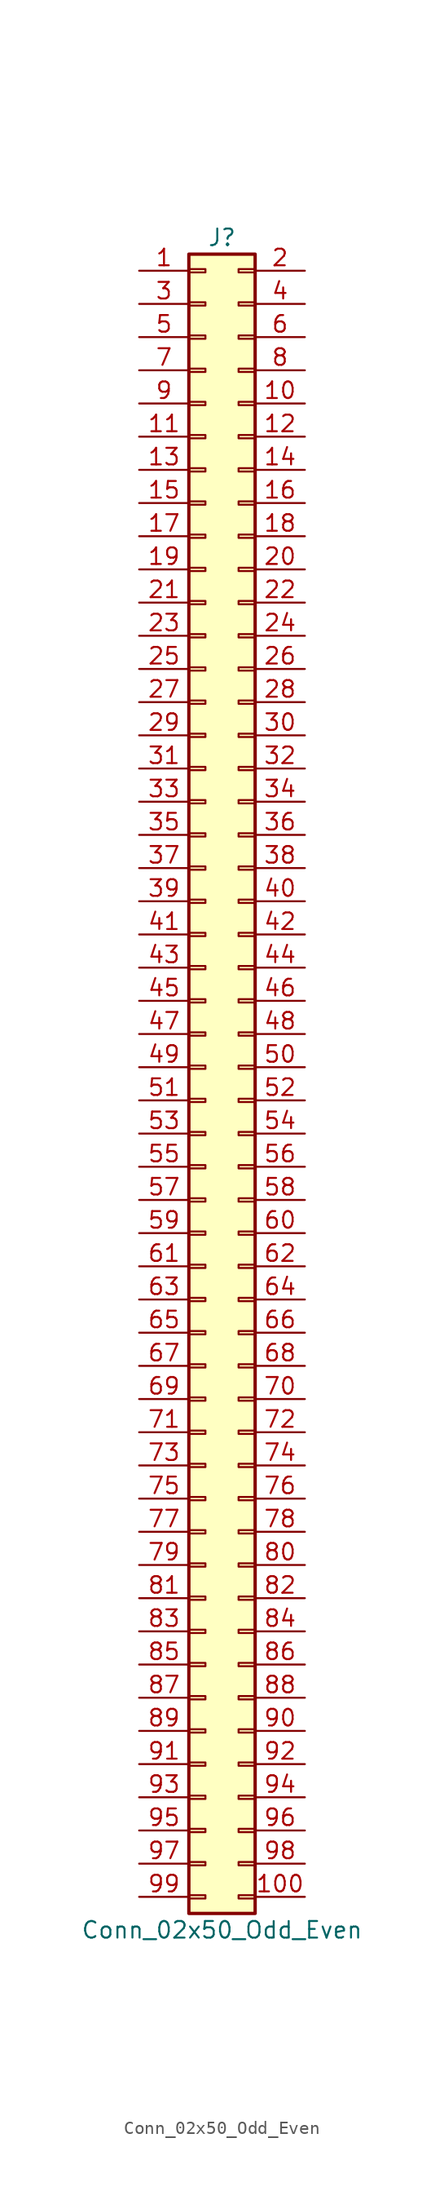
<source format=kicad_sym>
(kicad_symbol_lib
  (version 20241209)
  (generator "kicad_symbol_editor")
  (generator_version "9.0")
  (symbol "Conn_02x50_Odd_Even"
    (pin_names
      (offset 1.016)
      (hide yes))
    (property "Reference" "J"
      (at 1.27 63.5 0)
      (effects (font (size 1.27 1.27))))
    (property "Value" "Conn_02x50_Odd_Even"
      (at 1.27 -66.04 0)
      (effects (font (size 1.27 1.27))))
    (property "ki_locked" ""
      (at 0 0 0)
      (effects (font (size 1.27 1.27))))
    (symbol "Conn_02x50_Odd_Even_1_1"
      (rectangle (start -1.27 62.23) (end 3.81 -64.77) (stroke (width 0.254) (type default)) (fill (type background)))
      (rectangle (start -1.27 61.087) (end 0 60.833) (stroke (width 0.152) (type default)) (fill (type none)))
      (rectangle (start -1.27 58.547) (end 0 58.293) (stroke (width 0.152) (type default)) (fill (type none)))
      (rectangle (start -1.27 56.007) (end 0 55.753) (stroke (width 0.152) (type default)) (fill (type none)))
      (rectangle (start -1.27 53.467) (end 0 53.213) (stroke (width 0.152) (type default)) (fill (type none)))
      (rectangle (start -1.27 50.927) (end 0 50.673) (stroke (width 0.152) (type default)) (fill (type none)))
      (rectangle (start -1.27 48.387) (end 0 48.133) (stroke (width 0.152) (type default)) (fill (type none)))
      (rectangle (start -1.27 45.847) (end 0 45.593) (stroke (width 0.152) (type default)) (fill (type none)))
      (rectangle (start -1.27 43.307) (end 0 43.053) (stroke (width 0.152) (type default)) (fill (type none)))
      (rectangle (start -1.27 40.767) (end 0 40.513) (stroke (width 0.152) (type default)) (fill (type none)))
      (rectangle (start -1.27 38.227) (end 0 37.973) (stroke (width 0.152) (type default)) (fill (type none)))
      (rectangle (start -1.27 35.687) (end 0 35.433) (stroke (width 0.152) (type default)) (fill (type none)))
      (rectangle (start -1.27 33.147) (end 0 32.893) (stroke (width 0.152) (type default)) (fill (type none)))
      (rectangle (start -1.27 30.607) (end 0 30.353) (stroke (width 0.152) (type default)) (fill (type none)))
      (rectangle (start -1.27 28.067) (end 0 27.813) (stroke (width 0.152) (type default)) (fill (type none)))
      (rectangle (start -1.27 25.527) (end 0 25.273) (stroke (width 0.152) (type default)) (fill (type none)))
      (rectangle (start -1.27 22.987) (end 0 22.733) (stroke (width 0.152) (type default)) (fill (type none)))
      (rectangle (start -1.27 20.447) (end 0 20.193) (stroke (width 0.152) (type default)) (fill (type none)))
      (rectangle (start -1.27 17.907) (end 0 17.653) (stroke (width 0.152) (type default)) (fill (type none)))
      (rectangle (start -1.27 15.367) (end 0 15.113) (stroke (width 0.152) (type default)) (fill (type none)))
      (rectangle (start -1.27 12.827) (end 0 12.573) (stroke (width 0.152) (type default)) (fill (type none)))
      (rectangle (start -1.27 10.287) (end 0 10.033) (stroke (width 0.152) (type default)) (fill (type none)))
      (rectangle (start -1.27 7.747) (end 0 7.493) (stroke (width 0.152) (type default)) (fill (type none)))
      (rectangle (start -1.27 5.207) (end 0 4.953) (stroke (width 0.152) (type default)) (fill (type none)))
      (rectangle (start -1.27 2.667) (end 0 2.413) (stroke (width 0.152) (type default)) (fill (type none)))
      (rectangle (start -1.27 0.127) (end 0 -0.127) (stroke (width 0.152) (type default)) (fill (type none)))
      (rectangle (start -1.27 -2.413) (end 0 -2.667) (stroke (width 0.152) (type default)) (fill (type none)))
      (rectangle (start -1.27 -4.953) (end 0 -5.207) (stroke (width 0.152) (type default)) (fill (type none)))
      (rectangle (start -1.27 -7.493) (end 0 -7.747) (stroke (width 0.152) (type default)) (fill (type none)))
      (rectangle (start -1.27 -10.033) (end 0 -10.287) (stroke (width 0.152) (type default)) (fill (type none)))
      (rectangle (start -1.27 -12.573) (end 0 -12.827) (stroke (width 0.152) (type default)) (fill (type none)))
      (rectangle (start -1.27 -15.113) (end 0 -15.367) (stroke (width 0.152) (type default)) (fill (type none)))
      (rectangle (start -1.27 -17.653) (end 0 -17.907) (stroke (width 0.152) (type default)) (fill (type none)))
      (rectangle (start -1.27 -20.193) (end 0 -20.447) (stroke (width 0.152) (type default)) (fill (type none)))
      (rectangle (start -1.27 -22.733) (end 0 -22.987) (stroke (width 0.152) (type default)) (fill (type none)))
      (rectangle (start -1.27 -25.273) (end 0 -25.527) (stroke (width 0.152) (type default)) (fill (type none)))
      (rectangle (start -1.27 -27.813) (end 0 -28.067) (stroke (width 0.152) (type default)) (fill (type none)))
      (rectangle (start -1.27 -30.353) (end 0 -30.607) (stroke (width 0.152) (type default)) (fill (type none)))
      (rectangle (start -1.27 -32.893) (end 0 -33.147) (stroke (width 0.152) (type default)) (fill (type none)))
      (rectangle (start -1.27 -35.433) (end 0 -35.687) (stroke (width 0.152) (type default)) (fill (type none)))
      (rectangle (start -1.27 -37.973) (end 0 -38.227) (stroke (width 0.152) (type default)) (fill (type none)))
      (rectangle (start -1.27 -40.513) (end 0 -40.767) (stroke (width 0.152) (type default)) (fill (type none)))
      (rectangle (start -1.27 -43.053) (end 0 -43.307) (stroke (width 0.152) (type default)) (fill (type none)))
      (rectangle (start -1.27 -45.593) (end 0 -45.847) (stroke (width 0.152) (type default)) (fill (type none)))
      (rectangle (start -1.27 -48.133) (end 0 -48.387) (stroke (width 0.152) (type default)) (fill (type none)))
      (rectangle (start -1.27 -50.673) (end 0 -50.927) (stroke (width 0.152) (type default)) (fill (type none)))
      (rectangle (start -1.27 -53.213) (end 0 -53.467) (stroke (width 0.152) (type default)) (fill (type none)))
      (rectangle (start -1.27 -55.753) (end 0 -56.007) (stroke (width 0.152) (type default)) (fill (type none)))
      (rectangle (start -1.27 -58.293) (end 0 -58.547) (stroke (width 0.152) (type default)) (fill (type none)))
      (rectangle (start -1.27 -60.833) (end 0 -61.087) (stroke (width 0.152) (type default)) (fill (type none)))
      (rectangle (start -1.27 -63.373) (end 0 -63.627) (stroke (width 0.152) (type default)) (fill (type none)))
      (rectangle (start 3.81 61.087) (end 2.54 60.833) (stroke (width 0.152) (type default)) (fill (type none)))
      (rectangle (start 3.81 58.547) (end 2.54 58.293) (stroke (width 0.152) (type default)) (fill (type none)))
      (rectangle (start 3.81 56.007) (end 2.54 55.753) (stroke (width 0.152) (type default)) (fill (type none)))
      (rectangle (start 3.81 53.467) (end 2.54 53.213) (stroke (width 0.152) (type default)) (fill (type none)))
      (rectangle (start 3.81 50.927) (end 2.54 50.673) (stroke (width 0.152) (type default)) (fill (type none)))
      (rectangle (start 3.81 48.387) (end 2.54 48.133) (stroke (width 0.152) (type default)) (fill (type none)))
      (rectangle (start 3.81 45.847) (end 2.54 45.593) (stroke (width 0.152) (type default)) (fill (type none)))
      (rectangle (start 3.81 43.307) (end 2.54 43.053) (stroke (width 0.152) (type default)) (fill (type none)))
      (rectangle (start 3.81 40.767) (end 2.54 40.513) (stroke (width 0.152) (type default)) (fill (type none)))
      (rectangle (start 3.81 38.227) (end 2.54 37.973) (stroke (width 0.152) (type default)) (fill (type none)))
      (rectangle (start 3.81 35.687) (end 2.54 35.433) (stroke (width 0.152) (type default)) (fill (type none)))
      (rectangle (start 3.81 33.147) (end 2.54 32.893) (stroke (width 0.152) (type default)) (fill (type none)))
      (rectangle (start 3.81 30.607) (end 2.54 30.353) (stroke (width 0.152) (type default)) (fill (type none)))
      (rectangle (start 3.81 28.067) (end 2.54 27.813) (stroke (width 0.152) (type default)) (fill (type none)))
      (rectangle (start 3.81 25.527) (end 2.54 25.273) (stroke (width 0.152) (type default)) (fill (type none)))
      (rectangle (start 3.81 22.987) (end 2.54 22.733) (stroke (width 0.152) (type default)) (fill (type none)))
      (rectangle (start 3.81 20.447) (end 2.54 20.193) (stroke (width 0.152) (type default)) (fill (type none)))
      (rectangle (start 3.81 17.907) (end 2.54 17.653) (stroke (width 0.152) (type default)) (fill (type none)))
      (rectangle (start 3.81 15.367) (end 2.54 15.113) (stroke (width 0.152) (type default)) (fill (type none)))
      (rectangle (start 3.81 12.827) (end 2.54 12.573) (stroke (width 0.152) (type default)) (fill (type none)))
      (rectangle (start 3.81 10.287) (end 2.54 10.033) (stroke (width 0.152) (type default)) (fill (type none)))
      (rectangle (start 3.81 7.747) (end 2.54 7.493) (stroke (width 0.152) (type default)) (fill (type none)))
      (rectangle (start 3.81 5.207) (end 2.54 4.953) (stroke (width 0.152) (type default)) (fill (type none)))
      (rectangle (start 3.81 2.667) (end 2.54 2.413) (stroke (width 0.152) (type default)) (fill (type none)))
      (rectangle (start 3.81 0.127) (end 2.54 -0.127) (stroke (width 0.152) (type default)) (fill (type none)))
      (rectangle (start 3.81 -2.413) (end 2.54 -2.667) (stroke (width 0.152) (type default)) (fill (type none)))
      (rectangle (start 3.81 -4.953) (end 2.54 -5.207) (stroke (width 0.152) (type default)) (fill (type none)))
      (rectangle (start 3.81 -7.493) (end 2.54 -7.747) (stroke (width 0.152) (type default)) (fill (type none)))
      (rectangle (start 3.81 -10.033) (end 2.54 -10.287) (stroke (width 0.152) (type default)) (fill (type none)))
      (rectangle (start 3.81 -12.573) (end 2.54 -12.827) (stroke (width 0.152) (type default)) (fill (type none)))
      (rectangle (start 3.81 -15.113) (end 2.54 -15.367) (stroke (width 0.152) (type default)) (fill (type none)))
      (rectangle (start 3.81 -17.653) (end 2.54 -17.907) (stroke (width 0.152) (type default)) (fill (type none)))
      (rectangle (start 3.81 -20.193) (end 2.54 -20.447) (stroke (width 0.152) (type default)) (fill (type none)))
      (rectangle (start 3.81 -22.733) (end 2.54 -22.987) (stroke (width 0.152) (type default)) (fill (type none)))
      (rectangle (start 3.81 -25.273) (end 2.54 -25.527) (stroke (width 0.152) (type default)) (fill (type none)))
      (rectangle (start 3.81 -27.813) (end 2.54 -28.067) (stroke (width 0.152) (type default)) (fill (type none)))
      (rectangle (start 3.81 -30.353) (end 2.54 -30.607) (stroke (width 0.152) (type default)) (fill (type none)))
      (rectangle (start 3.81 -32.893) (end 2.54 -33.147) (stroke (width 0.152) (type default)) (fill (type none)))
      (rectangle (start 3.81 -35.433) (end 2.54 -35.687) (stroke (width 0.152) (type default)) (fill (type none)))
      (rectangle (start 3.81 -37.973) (end 2.54 -38.227) (stroke (width 0.152) (type default)) (fill (type none)))
      (rectangle (start 3.81 -40.513) (end 2.54 -40.767) (stroke (width 0.152) (type default)) (fill (type none)))
      (rectangle (start 3.81 -43.053) (end 2.54 -43.307) (stroke (width 0.152) (type default)) (fill (type none)))
      (rectangle (start 3.81 -45.593) (end 2.54 -45.847) (stroke (width 0.152) (type default)) (fill (type none)))
      (rectangle (start 3.81 -48.133) (end 2.54 -48.387) (stroke (width 0.152) (type default)) (fill (type none)))
      (rectangle (start 3.81 -50.673) (end 2.54 -50.927) (stroke (width 0.152) (type default)) (fill (type none)))
      (rectangle (start 3.81 -53.213) (end 2.54 -53.467) (stroke (width 0.152) (type default)) (fill (type none)))
      (rectangle (start 3.81 -55.753) (end 2.54 -56.007) (stroke (width 0.152) (type default)) (fill (type none)))
      (rectangle (start 3.81 -58.293) (end 2.54 -58.547) (stroke (width 0.152) (type default)) (fill (type none)))
      (rectangle (start 3.81 -60.833) (end 2.54 -61.087) (stroke (width 0.152) (type default)) (fill (type none)))
      (rectangle (start 3.81 -63.373) (end 2.54 -63.627) (stroke (width 0.152) (type default)) (fill (type none)))
      (pin passive line (at -5.08 60.96 0) (length 3.81) (name "Pin_1" (effects (font (size 1.27 1.27)))) (number "1" (effects (font (size 1.27 1.27)))))
      (pin passive line (at -5.08 58.42 0) (length 3.81) (name "Pin_3" (effects (font (size 1.27 1.27)))) (number "3" (effects (font (size 1.27 1.27)))))
      (pin passive line (at -5.08 55.88 0) (length 3.81) (name "Pin_5" (effects (font (size 1.27 1.27)))) (number "5" (effects (font (size 1.27 1.27)))))
      (pin passive line (at -5.08 53.34 0) (length 3.81) (name "Pin_7" (effects (font (size 1.27 1.27)))) (number "7" (effects (font (size 1.27 1.27)))))
      (pin passive line (at -5.08 50.8 0) (length 3.81) (name "Pin_9" (effects (font (size 1.27 1.27)))) (number "9" (effects (font (size 1.27 1.27)))))
      (pin passive line (at -5.08 48.26 0) (length 3.81) (name "Pin_11" (effects (font (size 1.27 1.27)))) (number "11" (effects (font (size 1.27 1.27)))))
      (pin passive line (at -5.08 45.72 0) (length 3.81) (name "Pin_13" (effects (font (size 1.27 1.27)))) (number "13" (effects (font (size 1.27 1.27)))))
      (pin passive line (at -5.08 43.18 0) (length 3.81) (name "Pin_15" (effects (font (size 1.27 1.27)))) (number "15" (effects (font (size 1.27 1.27)))))
      (pin passive line (at -5.08 40.64 0) (length 3.81) (name "Pin_17" (effects (font (size 1.27 1.27)))) (number "17" (effects (font (size 1.27 1.27)))))
      (pin passive line (at -5.08 38.1 0) (length 3.81) (name "Pin_19" (effects (font (size 1.27 1.27)))) (number "19" (effects (font (size 1.27 1.27)))))
      (pin passive line (at -5.08 35.56 0) (length 3.81) (name "Pin_21" (effects (font (size 1.27 1.27)))) (number "21" (effects (font (size 1.27 1.27)))))
      (pin passive line (at -5.08 33.02 0) (length 3.81) (name "Pin_23" (effects (font (size 1.27 1.27)))) (number "23" (effects (font (size 1.27 1.27)))))
      (pin passive line (at -5.08 30.48 0) (length 3.81) (name "Pin_25" (effects (font (size 1.27 1.27)))) (number "25" (effects (font (size 1.27 1.27)))))
      (pin passive line (at -5.08 27.94 0) (length 3.81) (name "Pin_27" (effects (font (size 1.27 1.27)))) (number "27" (effects (font (size 1.27 1.27)))))
      (pin passive line (at -5.08 25.4 0) (length 3.81) (name "Pin_29" (effects (font (size 1.27 1.27)))) (number "29" (effects (font (size 1.27 1.27)))))
      (pin passive line (at -5.08 22.86 0) (length 3.81) (name "Pin_31" (effects (font (size 1.27 1.27)))) (number "31" (effects (font (size 1.27 1.27)))))
      (pin passive line (at -5.08 20.32 0) (length 3.81) (name "Pin_33" (effects (font (size 1.27 1.27)))) (number "33" (effects (font (size 1.27 1.27)))))
      (pin passive line (at -5.08 17.78 0) (length 3.81) (name "Pin_35" (effects (font (size 1.27 1.27)))) (number "35" (effects (font (size 1.27 1.27)))))
      (pin passive line (at -5.08 15.24 0) (length 3.81) (name "Pin_37" (effects (font (size 1.27 1.27)))) (number "37" (effects (font (size 1.27 1.27)))))
      (pin passive line (at -5.08 12.7 0) (length 3.81) (name "Pin_39" (effects (font (size 1.27 1.27)))) (number "39" (effects (font (size 1.27 1.27)))))
      (pin passive line (at -5.08 10.16 0) (length 3.81) (name "Pin_41" (effects (font (size 1.27 1.27)))) (number "41" (effects (font (size 1.27 1.27)))))
      (pin passive line (at -5.08 7.62 0) (length 3.81) (name "Pin_43" (effects (font (size 1.27 1.27)))) (number "43" (effects (font (size 1.27 1.27)))))
      (pin passive line (at -5.08 5.08 0) (length 3.81) (name "Pin_45" (effects (font (size 1.27 1.27)))) (number "45" (effects (font (size 1.27 1.27)))))
      (pin passive line (at -5.08 2.54 0) (length 3.81) (name "Pin_47" (effects (font (size 1.27 1.27)))) (number "47" (effects (font (size 1.27 1.27)))))
      (pin passive line (at -5.08 0 0) (length 3.81) (name "Pin_49" (effects (font (size 1.27 1.27)))) (number "49" (effects (font (size 1.27 1.27)))))
      (pin passive line (at -5.08 -2.54 0) (length 3.81) (name "Pin_51" (effects (font (size 1.27 1.27)))) (number "51" (effects (font (size 1.27 1.27)))))
      (pin passive line (at -5.08 -5.08 0) (length 3.81) (name "Pin_53" (effects (font (size 1.27 1.27)))) (number "53" (effects (font (size 1.27 1.27)))))
      (pin passive line (at -5.08 -7.62 0) (length 3.81) (name "Pin_55" (effects (font (size 1.27 1.27)))) (number "55" (effects (font (size 1.27 1.27)))))
      (pin passive line (at -5.08 -10.16 0) (length 3.81) (name "Pin_57" (effects (font (size 1.27 1.27)))) (number "57" (effects (font (size 1.27 1.27)))))
      (pin passive line (at -5.08 -12.7 0) (length 3.81) (name "Pin_59" (effects (font (size 1.27 1.27)))) (number "59" (effects (font (size 1.27 1.27)))))
      (pin passive line (at -5.08 -15.24 0) (length 3.81) (name "Pin_61" (effects (font (size 1.27 1.27)))) (number "61" (effects (font (size 1.27 1.27)))))
      (pin passive line (at -5.08 -17.78 0) (length 3.81) (name "Pin_63" (effects (font (size 1.27 1.27)))) (number "63" (effects (font (size 1.27 1.27)))))
      (pin passive line (at -5.08 -20.32 0) (length 3.81) (name "Pin_65" (effects (font (size 1.27 1.27)))) (number "65" (effects (font (size 1.27 1.27)))))
      (pin passive line (at -5.08 -22.86 0) (length 3.81) (name "Pin_67" (effects (font (size 1.27 1.27)))) (number "67" (effects (font (size 1.27 1.27)))))
      (pin passive line (at -5.08 -25.4 0) (length 3.81) (name "Pin_69" (effects (font (size 1.27 1.27)))) (number "69" (effects (font (size 1.27 1.27)))))
      (pin passive line (at -5.08 -27.94 0) (length 3.81) (name "Pin_71" (effects (font (size 1.27 1.27)))) (number "71" (effects (font (size 1.27 1.27)))))
      (pin passive line (at -5.08 -30.48 0) (length 3.81) (name "Pin_73" (effects (font (size 1.27 1.27)))) (number "73" (effects (font (size 1.27 1.27)))))
      (pin passive line (at -5.08 -33.02 0) (length 3.81) (name "Pin_75" (effects (font (size 1.27 1.27)))) (number "75" (effects (font (size 1.27 1.27)))))
      (pin passive line (at -5.08 -35.56 0) (length 3.81) (name "Pin_77" (effects (font (size 1.27 1.27)))) (number "77" (effects (font (size 1.27 1.27)))))
      (pin passive line (at -5.08 -38.1 0) (length 3.81) (name "Pin_79" (effects (font (size 1.27 1.27)))) (number "79" (effects (font (size 1.27 1.27)))))
      (pin passive line (at -5.08 -40.64 0) (length 3.81) (name "Pin_81" (effects (font (size 1.27 1.27)))) (number "81" (effects (font (size 1.27 1.27)))))
      (pin passive line (at -5.08 -43.18 0) (length 3.81) (name "Pin_83" (effects (font (size 1.27 1.27)))) (number "83" (effects (font (size 1.27 1.27)))))
      (pin passive line (at -5.08 -45.72 0) (length 3.81) (name "Pin_85" (effects (font (size 1.27 1.27)))) (number "85" (effects (font (size 1.27 1.27)))))
      (pin passive line (at -5.08 -48.26 0) (length 3.81) (name "Pin_87" (effects (font (size 1.27 1.27)))) (number "87" (effects (font (size 1.27 1.27)))))
      (pin passive line (at -5.08 -50.8 0) (length 3.81) (name "Pin_89" (effects (font (size 1.27 1.27)))) (number "89" (effects (font (size 1.27 1.27)))))
      (pin passive line (at -5.08 -53.34 0) (length 3.81) (name "Pin_91" (effects (font (size 1.27 1.27)))) (number "91" (effects (font (size 1.27 1.27)))))
      (pin passive line (at -5.08 -55.88 0) (length 3.81) (name "Pin_93" (effects (font (size 1.27 1.27)))) (number "93" (effects (font (size 1.27 1.27)))))
      (pin passive line (at -5.08 -58.42 0) (length 3.81) (name "Pin_95" (effects (font (size 1.27 1.27)))) (number "95" (effects (font (size 1.27 1.27)))))
      (pin passive line (at -5.08 -60.96 0) (length 3.81) (name "Pin_97" (effects (font (size 1.27 1.27)))) (number "97" (effects (font (size 1.27 1.27)))))
      (pin passive line (at -5.08 -63.5 0) (length 3.81) (name "Pin_99" (effects (font (size 1.27 1.27)))) (number "99" (effects (font (size 1.27 1.27)))))
      (pin passive line (at 7.62 60.96 180) (length 3.81) (name "Pin_2" (effects (font (size 1.27 1.27)))) (number "2" (effects (font (size 1.27 1.27)))))
      (pin passive line (at 7.62 58.42 180) (length 3.81) (name "Pin_4" (effects (font (size 1.27 1.27)))) (number "4" (effects (font (size 1.27 1.27)))))
      (pin passive line (at 7.62 55.88 180) (length 3.81) (name "Pin_6" (effects (font (size 1.27 1.27)))) (number "6" (effects (font (size 1.27 1.27)))))
      (pin passive line (at 7.62 53.34 180) (length 3.81) (name "Pin_8" (effects (font (size 1.27 1.27)))) (number "8" (effects (font (size 1.27 1.27)))))
      (pin passive line (at 7.62 50.8 180) (length 3.81) (name "Pin_10" (effects (font (size 1.27 1.27)))) (number "10" (effects (font (size 1.27 1.27)))))
      (pin passive line (at 7.62 48.26 180) (length 3.81) (name "Pin_12" (effects (font (size 1.27 1.27)))) (number "12" (effects (font (size 1.27 1.27)))))
      (pin passive line (at 7.62 45.72 180) (length 3.81) (name "Pin_14" (effects (font (size 1.27 1.27)))) (number "14" (effects (font (size 1.27 1.27)))))
      (pin passive line (at 7.62 43.18 180) (length 3.81) (name "Pin_16" (effects (font (size 1.27 1.27)))) (number "16" (effects (font (size 1.27 1.27)))))
      (pin passive line (at 7.62 40.64 180) (length 3.81) (name "Pin_18" (effects (font (size 1.27 1.27)))) (number "18" (effects (font (size 1.27 1.27)))))
      (pin passive line (at 7.62 38.1 180) (length 3.81) (name "Pin_20" (effects (font (size 1.27 1.27)))) (number "20" (effects (font (size 1.27 1.27)))))
      (pin passive line (at 7.62 35.56 180) (length 3.81) (name "Pin_22" (effects (font (size 1.27 1.27)))) (number "22" (effects (font (size 1.27 1.27)))))
      (pin passive line (at 7.62 33.02 180) (length 3.81) (name "Pin_24" (effects (font (size 1.27 1.27)))) (number "24" (effects (font (size 1.27 1.27)))))
      (pin passive line (at 7.62 30.48 180) (length 3.81) (name "Pin_26" (effects (font (size 1.27 1.27)))) (number "26" (effects (font (size 1.27 1.27)))))
      (pin passive line (at 7.62 27.94 180) (length 3.81) (name "Pin_28" (effects (font (size 1.27 1.27)))) (number "28" (effects (font (size 1.27 1.27)))))
      (pin passive line (at 7.62 25.4 180) (length 3.81) (name "Pin_30" (effects (font (size 1.27 1.27)))) (number "30" (effects (font (size 1.27 1.27)))))
      (pin passive line (at 7.62 22.86 180) (length 3.81) (name "Pin_32" (effects (font (size 1.27 1.27)))) (number "32" (effects (font (size 1.27 1.27)))))
      (pin passive line (at 7.62 20.32 180) (length 3.81) (name "Pin_34" (effects (font (size 1.27 1.27)))) (number "34" (effects (font (size 1.27 1.27)))))
      (pin passive line (at 7.62 17.78 180) (length 3.81) (name "Pin_36" (effects (font (size 1.27 1.27)))) (number "36" (effects (font (size 1.27 1.27)))))
      (pin passive line (at 7.62 15.24 180) (length 3.81) (name "Pin_38" (effects (font (size 1.27 1.27)))) (number "38" (effects (font (size 1.27 1.27)))))
      (pin passive line (at 7.62 12.7 180) (length 3.81) (name "Pin_40" (effects (font (size 1.27 1.27)))) (number "40" (effects (font (size 1.27 1.27)))))
      (pin passive line (at 7.62 10.16 180) (length 3.81) (name "Pin_42" (effects (font (size 1.27 1.27)))) (number "42" (effects (font (size 1.27 1.27)))))
      (pin passive line (at 7.62 7.62 180) (length 3.81) (name "Pin_44" (effects (font (size 1.27 1.27)))) (number "44" (effects (font (size 1.27 1.27)))))
      (pin passive line (at 7.62 5.08 180) (length 3.81) (name "Pin_46" (effects (font (size 1.27 1.27)))) (number "46" (effects (font (size 1.27 1.27)))))
      (pin passive line (at 7.62 2.54 180) (length 3.81) (name "Pin_48" (effects (font (size 1.27 1.27)))) (number "48" (effects (font (size 1.27 1.27)))))
      (pin passive line (at 7.62 0 180) (length 3.81) (name "Pin_50" (effects (font (size 1.27 1.27)))) (number "50" (effects (font (size 1.27 1.27)))))
      (pin passive line (at 7.62 -2.54 180) (length 3.81) (name "Pin_52" (effects (font (size 1.27 1.27)))) (number "52" (effects (font (size 1.27 1.27)))))
      (pin passive line (at 7.62 -5.08 180) (length 3.81) (name "Pin_54" (effects (font (size 1.27 1.27)))) (number "54" (effects (font (size 1.27 1.27)))))
      (pin passive line (at 7.62 -7.62 180) (length 3.81) (name "Pin_56" (effects (font (size 1.27 1.27)))) (number "56" (effects (font (size 1.27 1.27)))))
      (pin passive line (at 7.62 -10.16 180) (length 3.81) (name "Pin_58" (effects (font (size 1.27 1.27)))) (number "58" (effects (font (size 1.27 1.27)))))
      (pin passive line (at 7.62 -12.7 180) (length 3.81) (name "Pin_60" (effects (font (size 1.27 1.27)))) (number "60" (effects (font (size 1.27 1.27)))))
      (pin passive line (at 7.62 -15.24 180) (length 3.81) (name "Pin_62" (effects (font (size 1.27 1.27)))) (number "62" (effects (font (size 1.27 1.27)))))
      (pin passive line (at 7.62 -17.78 180) (length 3.81) (name "Pin_64" (effects (font (size 1.27 1.27)))) (number "64" (effects (font (size 1.27 1.27)))))
      (pin passive line (at 7.62 -20.32 180) (length 3.81) (name "Pin_66" (effects (font (size 1.27 1.27)))) (number "66" (effects (font (size 1.27 1.27)))))
      (pin passive line (at 7.62 -22.86 180) (length 3.81) (name "Pin_68" (effects (font (size 1.27 1.27)))) (number "68" (effects (font (size 1.27 1.27)))))
      (pin passive line (at 7.62 -25.4 180) (length 3.81) (name "Pin_70" (effects (font (size 1.27 1.27)))) (number "70" (effects (font (size 1.27 1.27)))))
      (pin passive line (at 7.62 -27.94 180) (length 3.81) (name "Pin_72" (effects (font (size 1.27 1.27)))) (number "72" (effects (font (size 1.27 1.27)))))
      (pin passive line (at 7.62 -30.48 180) (length 3.81) (name "Pin_74" (effects (font (size 1.27 1.27)))) (number "74" (effects (font (size 1.27 1.27)))))
      (pin passive line (at 7.62 -33.02 180) (length 3.81) (name "Pin_76" (effects (font (size 1.27 1.27)))) (number "76" (effects (font (size 1.27 1.27)))))
      (pin passive line (at 7.62 -35.56 180) (length 3.81) (name "Pin_78" (effects (font (size 1.27 1.27)))) (number "78" (effects (font (size 1.27 1.27)))))
      (pin passive line (at 7.62 -38.1 180) (length 3.81) (name "Pin_80" (effects (font (size 1.27 1.27)))) (number "80" (effects (font (size 1.27 1.27)))))
      (pin passive line (at 7.62 -40.64 180) (length 3.81) (name "Pin_82" (effects (font (size 1.27 1.27)))) (number "82" (effects (font (size 1.27 1.27)))))
      (pin passive line (at 7.62 -43.18 180) (length 3.81) (name "Pin_84" (effects (font (size 1.27 1.27)))) (number "84" (effects (font (size 1.27 1.27)))))
      (pin passive line (at 7.62 -45.72 180) (length 3.81) (name "Pin_86" (effects (font (size 1.27 1.27)))) (number "86" (effects (font (size 1.27 1.27)))))
      (pin passive line (at 7.62 -48.26 180) (length 3.81) (name "Pin_88" (effects (font (size 1.27 1.27)))) (number "88" (effects (font (size 1.27 1.27)))))
      (pin passive line (at 7.62 -50.8 180) (length 3.81) (name "Pin_90" (effects (font (size 1.27 1.27)))) (number "90" (effects (font (size 1.27 1.27)))))
      (pin passive line (at 7.62 -53.34 180) (length 3.81) (name "Pin_92" (effects (font (size 1.27 1.27)))) (number "92" (effects (font (size 1.27 1.27)))))
      (pin passive line (at 7.62 -55.88 180) (length 3.81) (name "Pin_94" (effects (font (size 1.27 1.27)))) (number "94" (effects (font (size 1.27 1.27)))))
      (pin passive line (at 7.62 -58.42 180) (length 3.81) (name "Pin_96" (effects (font (size 1.27 1.27)))) (number "96" (effects (font (size 1.27 1.27)))))
      (pin passive line (at 7.62 -60.96 180) (length 3.81) (name "Pin_98" (effects (font (size 1.27 1.27)))) (number "98" (effects (font (size 1.27 1.27)))))
      (pin passive line (at 7.62 -63.5 180) (length 3.81) (name "Pin_100" (effects (font (size 1.27 1.27)))) (number "100" (effects (font (size 1.27 1.27))))))))
</source>
